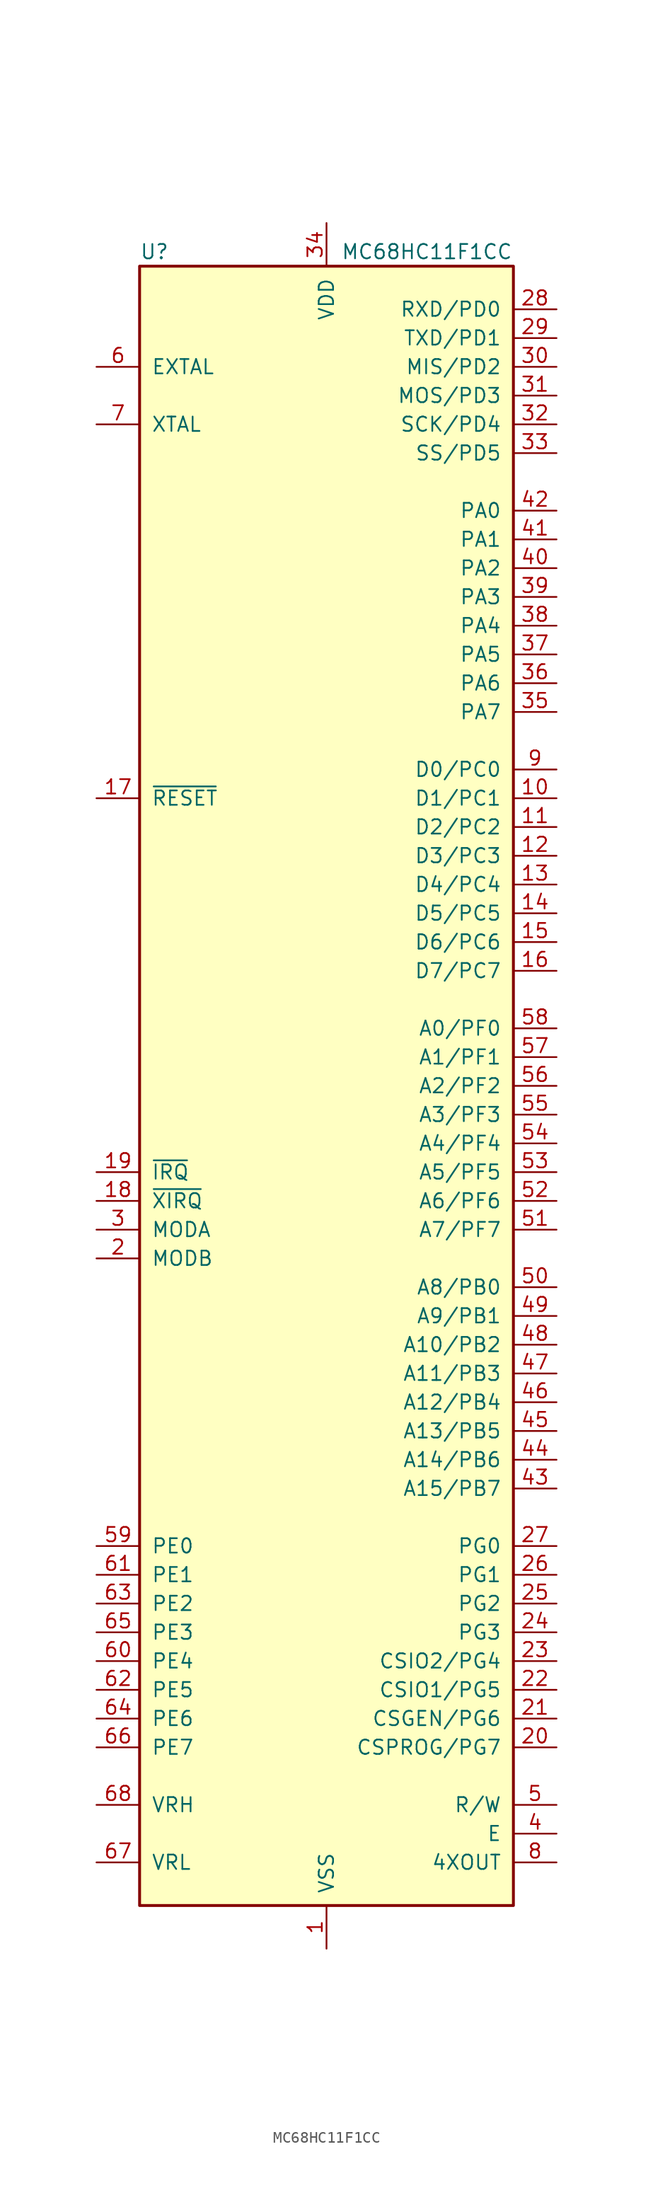
<source format=kicad_sym>
(kicad_symbol_lib
  (version 20241209)
  (generator "kicad_symbol_editor")
  (generator_version "9.0")
  (symbol "MC68HC11F1CC"
    (pin_names
      (offset 1.016))
    (property "Reference" "U"
      (at -16.51 71.12 0)
      (effects (font (size 1.27 1.27)) (justify left)))
    (property "Value" "MC68HC11F1CC"
      (at 1.27 71.12 0)
      (effects (font (size 1.27 1.27)) (justify left)))
    (symbol "MC68HC11F1CC_0_1"
      (rectangle (start -16.51 69.85) (end 16.51 -74.93) (stroke (width 0.254) (type default)) (fill (type background))))
    (symbol "MC68HC11F1CC_1_1"
      (pin output line (at -20.32 60.96 0) (length 3.81) (name "EXTAL" (effects (font (size 1.27 1.27)))) (number "6" (effects (font (size 1.27 1.27)))))
      (pin input line (at -20.32 55.88 0) (length 3.81) (name "XTAL" (effects (font (size 1.27 1.27)))) (number "7" (effects (font (size 1.27 1.27)))))
      (pin input line (at -20.32 22.86 0) (length 3.81) (name "~{RESET}" (effects (font (size 1.27 1.27)))) (number "17" (effects (font (size 1.27 1.27)))))
      (pin input line (at -20.32 -10.16 0) (length 3.81) (name "~{IRQ}" (effects (font (size 1.27 1.27)))) (number "19" (effects (font (size 1.27 1.27)))))
      (pin input line (at -20.32 -12.7 0) (length 3.81) (name "~{XIRQ}" (effects (font (size 1.27 1.27)))) (number "18" (effects (font (size 1.27 1.27)))))
      (pin bidirectional line (at -20.32 -15.24 0) (length 3.81) (name "MODA" (effects (font (size 1.27 1.27)))) (number "3" (effects (font (size 1.27 1.27)))))
      (pin input line (at -20.32 -17.78 0) (length 3.81) (name "MODB" (effects (font (size 1.27 1.27)))) (number "2" (effects (font (size 1.27 1.27)))))
      (pin input line (at -20.32 -43.18 0) (length 3.81) (name "PE0" (effects (font (size 1.27 1.27)))) (number "59" (effects (font (size 1.27 1.27)))))
      (pin input line (at -20.32 -45.72 0) (length 3.81) (name "PE1" (effects (font (size 1.27 1.27)))) (number "61" (effects (font (size 1.27 1.27)))))
      (pin input line (at -20.32 -48.26 0) (length 3.81) (name "PE2" (effects (font (size 1.27 1.27)))) (number "63" (effects (font (size 1.27 1.27)))))
      (pin input line (at -20.32 -50.8 0) (length 3.81) (name "PE3" (effects (font (size 1.27 1.27)))) (number "65" (effects (font (size 1.27 1.27)))))
      (pin input line (at -20.32 -53.34 0) (length 3.81) (name "PE4" (effects (font (size 1.27 1.27)))) (number "60" (effects (font (size 1.27 1.27)))))
      (pin input line (at -20.32 -55.88 0) (length 3.81) (name "PE5" (effects (font (size 1.27 1.27)))) (number "62" (effects (font (size 1.27 1.27)))))
      (pin input line (at -20.32 -58.42 0) (length 3.81) (name "PE6" (effects (font (size 1.27 1.27)))) (number "64" (effects (font (size 1.27 1.27)))))
      (pin input line (at -20.32 -60.96 0) (length 3.81) (name "PE7" (effects (font (size 1.27 1.27)))) (number "66" (effects (font (size 1.27 1.27)))))
      (pin input line (at -20.32 -66.04 0) (length 3.81) (name "VRH" (effects (font (size 1.27 1.27)))) (number "68" (effects (font (size 1.27 1.27)))))
      (pin input line (at -20.32 -71.12 0) (length 3.81) (name "VRL" (effects (font (size 1.27 1.27)))) (number "67" (effects (font (size 1.27 1.27)))))
      (pin power_in line (at 0 73.66 270) (length 3.81) (name "VDD" (effects (font (size 1.27 1.27)))) (number "34" (effects (font (size 1.27 1.27)))))
      (pin power_in line (at 0 -78.74 90) (length 3.81) (name "VSS" (effects (font (size 1.27 1.27)))) (number "1" (effects (font (size 1.27 1.27)))))
      (pin bidirectional line (at 20.32 66.04 180) (length 3.81) (name "RXD/PD0" (effects (font (size 1.27 1.27)))) (number "28" (effects (font (size 1.27 1.27)))))
      (pin bidirectional line (at 20.32 63.5 180) (length 3.81) (name "TXD/PD1" (effects (font (size 1.27 1.27)))) (number "29" (effects (font (size 1.27 1.27)))))
      (pin bidirectional line (at 20.32 60.96 180) (length 3.81) (name "MIS/PD2" (effects (font (size 1.27 1.27)))) (number "30" (effects (font (size 1.27 1.27)))))
      (pin bidirectional line (at 20.32 58.42 180) (length 3.81) (name "MOS/PD3" (effects (font (size 1.27 1.27)))) (number "31" (effects (font (size 1.27 1.27)))))
      (pin bidirectional line (at 20.32 55.88 180) (length 3.81) (name "SCK/PD4" (effects (font (size 1.27 1.27)))) (number "32" (effects (font (size 1.27 1.27)))))
      (pin bidirectional line (at 20.32 53.34 180) (length 3.81) (name "SS/PD5" (effects (font (size 1.27 1.27)))) (number "33" (effects (font (size 1.27 1.27)))))
      (pin bidirectional line (at 20.32 48.26 180) (length 3.81) (name "PA0" (effects (font (size 1.27 1.27)))) (number "42" (effects (font (size 1.27 1.27)))))
      (pin bidirectional line (at 20.32 45.72 180) (length 3.81) (name "PA1" (effects (font (size 1.27 1.27)))) (number "41" (effects (font (size 1.27 1.27)))))
      (pin bidirectional line (at 20.32 43.18 180) (length 3.81) (name "PA2" (effects (font (size 1.27 1.27)))) (number "40" (effects (font (size 1.27 1.27)))))
      (pin bidirectional line (at 20.32 40.64 180) (length 3.81) (name "PA3" (effects (font (size 1.27 1.27)))) (number "39" (effects (font (size 1.27 1.27)))))
      (pin bidirectional line (at 20.32 38.1 180) (length 3.81) (name "PA4" (effects (font (size 1.27 1.27)))) (number "38" (effects (font (size 1.27 1.27)))))
      (pin bidirectional line (at 20.32 35.56 180) (length 3.81) (name "PA5" (effects (font (size 1.27 1.27)))) (number "37" (effects (font (size 1.27 1.27)))))
      (pin bidirectional line (at 20.32 33.02 180) (length 3.81) (name "PA6" (effects (font (size 1.27 1.27)))) (number "36" (effects (font (size 1.27 1.27)))))
      (pin bidirectional line (at 20.32 30.48 180) (length 3.81) (name "PA7" (effects (font (size 1.27 1.27)))) (number "35" (effects (font (size 1.27 1.27)))))
      (pin bidirectional line (at 20.32 25.4 180) (length 3.81) (name "D0/PC0" (effects (font (size 1.27 1.27)))) (number "9" (effects (font (size 1.27 1.27)))))
      (pin bidirectional line (at 20.32 22.86 180) (length 3.81) (name "D1/PC1" (effects (font (size 1.27 1.27)))) (number "10" (effects (font (size 1.27 1.27)))))
      (pin bidirectional line (at 20.32 20.32 180) (length 3.81) (name "D2/PC2" (effects (font (size 1.27 1.27)))) (number "11" (effects (font (size 1.27 1.27)))))
      (pin bidirectional line (at 20.32 17.78 180) (length 3.81) (name "D3/PC3" (effects (font (size 1.27 1.27)))) (number "12" (effects (font (size 1.27 1.27)))))
      (pin bidirectional line (at 20.32 15.24 180) (length 3.81) (name "D4/PC4" (effects (font (size 1.27 1.27)))) (number "13" (effects (font (size 1.27 1.27)))))
      (pin bidirectional line (at 20.32 12.7 180) (length 3.81) (name "D5/PC5" (effects (font (size 1.27 1.27)))) (number "14" (effects (font (size 1.27 1.27)))))
      (pin bidirectional line (at 20.32 10.16 180) (length 3.81) (name "D6/PC6" (effects (font (size 1.27 1.27)))) (number "15" (effects (font (size 1.27 1.27)))))
      (pin bidirectional line (at 20.32 7.62 180) (length 3.81) (name "D7/PC7" (effects (font (size 1.27 1.27)))) (number "16" (effects (font (size 1.27 1.27)))))
      (pin output line (at 20.32 2.54 180) (length 3.81) (name "A0/PF0" (effects (font (size 1.27 1.27)))) (number "58" (effects (font (size 1.27 1.27)))))
      (pin output line (at 20.32 0 180) (length 3.81) (name "A1/PF1" (effects (font (size 1.27 1.27)))) (number "57" (effects (font (size 1.27 1.27)))))
      (pin output line (at 20.32 -2.54 180) (length 3.81) (name "A2/PF2" (effects (font (size 1.27 1.27)))) (number "56" (effects (font (size 1.27 1.27)))))
      (pin output line (at 20.32 -5.08 180) (length 3.81) (name "A3/PF3" (effects (font (size 1.27 1.27)))) (number "55" (effects (font (size 1.27 1.27)))))
      (pin output line (at 20.32 -7.62 180) (length 3.81) (name "A4/PF4" (effects (font (size 1.27 1.27)))) (number "54" (effects (font (size 1.27 1.27)))))
      (pin output line (at 20.32 -10.16 180) (length 3.81) (name "A5/PF5" (effects (font (size 1.27 1.27)))) (number "53" (effects (font (size 1.27 1.27)))))
      (pin output line (at 20.32 -12.7 180) (length 3.81) (name "A6/PF6" (effects (font (size 1.27 1.27)))) (number "52" (effects (font (size 1.27 1.27)))))
      (pin output line (at 20.32 -15.24 180) (length 3.81) (name "A7/PF7" (effects (font (size 1.27 1.27)))) (number "51" (effects (font (size 1.27 1.27)))))
      (pin output line (at 20.32 -20.32 180) (length 3.81) (name "A8/PB0" (effects (font (size 1.27 1.27)))) (number "50" (effects (font (size 1.27 1.27)))))
      (pin output line (at 20.32 -22.86 180) (length 3.81) (name "A9/PB1" (effects (font (size 1.27 1.27)))) (number "49" (effects (font (size 1.27 1.27)))))
      (pin output line (at 20.32 -25.4 180) (length 3.81) (name "A10/PB2" (effects (font (size 1.27 1.27)))) (number "48" (effects (font (size 1.27 1.27)))))
      (pin output line (at 20.32 -27.94 180) (length 3.81) (name "A11/PB3" (effects (font (size 1.27 1.27)))) (number "47" (effects (font (size 1.27 1.27)))))
      (pin output line (at 20.32 -30.48 180) (length 3.81) (name "A12/PB4" (effects (font (size 1.27 1.27)))) (number "46" (effects (font (size 1.27 1.27)))))
      (pin output line (at 20.32 -33.02 180) (length 3.81) (name "A13/PB5" (effects (font (size 1.27 1.27)))) (number "45" (effects (font (size 1.27 1.27)))))
      (pin output line (at 20.32 -35.56 180) (length 3.81) (name "A14/PB6" (effects (font (size 1.27 1.27)))) (number "44" (effects (font (size 1.27 1.27)))))
      (pin output line (at 20.32 -38.1 180) (length 3.81) (name "A15/PB7" (effects (font (size 1.27 1.27)))) (number "43" (effects (font (size 1.27 1.27)))))
      (pin bidirectional line (at 20.32 -43.18 180) (length 3.81) (name "PG0" (effects (font (size 1.27 1.27)))) (number "27" (effects (font (size 1.27 1.27)))))
      (pin bidirectional line (at 20.32 -45.72 180) (length 3.81) (name "PG1" (effects (font (size 1.27 1.27)))) (number "26" (effects (font (size 1.27 1.27)))))
      (pin bidirectional line (at 20.32 -48.26 180) (length 3.81) (name "PG2" (effects (font (size 1.27 1.27)))) (number "25" (effects (font (size 1.27 1.27)))))
      (pin bidirectional line (at 20.32 -50.8 180) (length 3.81) (name "PG3" (effects (font (size 1.27 1.27)))) (number "24" (effects (font (size 1.27 1.27)))))
      (pin bidirectional line (at 20.32 -53.34 180) (length 3.81) (name "CSIO2/PG4" (effects (font (size 1.27 1.27)))) (number "23" (effects (font (size 1.27 1.27)))))
      (pin bidirectional line (at 20.32 -55.88 180) (length 3.81) (name "CSIO1/PG5" (effects (font (size 1.27 1.27)))) (number "22" (effects (font (size 1.27 1.27)))))
      (pin bidirectional line (at 20.32 -58.42 180) (length 3.81) (name "CSGEN/PG6" (effects (font (size 1.27 1.27)))) (number "21" (effects (font (size 1.27 1.27)))))
      (pin bidirectional line (at 20.32 -60.96 180) (length 3.81) (name "CSPROG/PG7" (effects (font (size 1.27 1.27)))) (number "20" (effects (font (size 1.27 1.27)))))
      (pin output line (at 20.32 -66.04 180) (length 3.81) (name "R/W" (effects (font (size 1.27 1.27)))) (number "5" (effects (font (size 1.27 1.27)))))
      (pin output line (at 20.32 -68.58 180) (length 3.81) (name "E" (effects (font (size 1.27 1.27)))) (number "4" (effects (font (size 1.27 1.27)))))
      (pin output line (at 20.32 -71.12 180) (length 3.81) (name "4XOUT" (effects (font (size 1.27 1.27)))) (number "8" (effects (font (size 1.27 1.27))))))))
</source>
